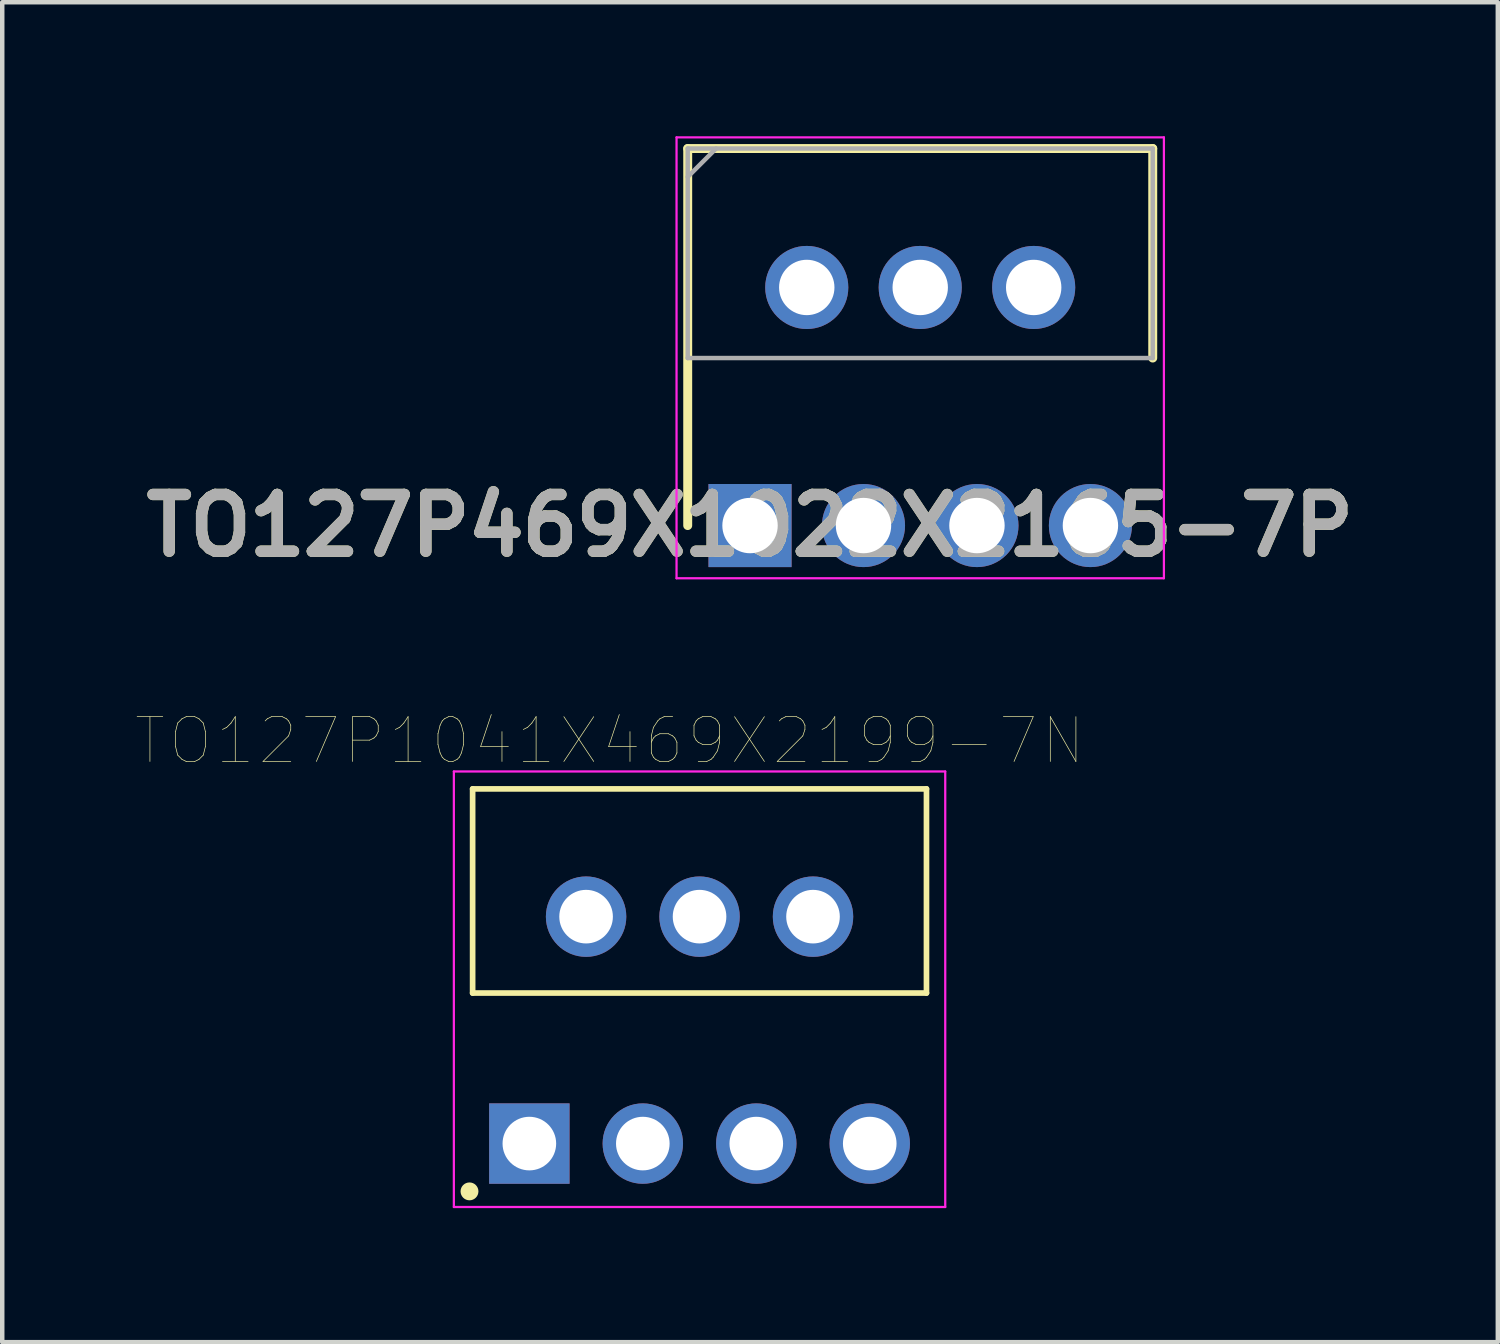
<source format=kicad_pcb>
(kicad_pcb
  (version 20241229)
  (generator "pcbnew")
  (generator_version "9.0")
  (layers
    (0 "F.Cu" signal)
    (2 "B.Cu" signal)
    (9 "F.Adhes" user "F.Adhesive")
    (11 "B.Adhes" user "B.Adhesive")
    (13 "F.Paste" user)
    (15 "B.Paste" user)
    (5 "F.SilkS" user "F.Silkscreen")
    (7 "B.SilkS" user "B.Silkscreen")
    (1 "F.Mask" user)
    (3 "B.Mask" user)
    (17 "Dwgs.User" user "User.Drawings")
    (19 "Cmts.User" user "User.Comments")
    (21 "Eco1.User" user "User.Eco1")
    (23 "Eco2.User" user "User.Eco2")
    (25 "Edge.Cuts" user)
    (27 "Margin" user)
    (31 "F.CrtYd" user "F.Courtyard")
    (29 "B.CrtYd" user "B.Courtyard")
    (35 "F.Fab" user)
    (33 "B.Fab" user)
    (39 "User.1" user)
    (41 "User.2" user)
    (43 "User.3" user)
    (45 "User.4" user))
  (footprint "TO127P1041X469X2199-7N"
    (layer "F.Cu")
    (at 12.61 17.47)
    (property "Reference" "TO127P1041X469X2199-7N" (at -2.011 -3.937 0) (layer "F.SilkS") (effects (font (size 1.003 1.003) (thickness 0.015))))
    (attr through_hole)
    (fp_line (start -5.08 -2.86) (end -5.08 1.71) (stroke (width 0.127) (type solid)) (layer "F.SilkS"))
    (fp_line (start -5.08 1.71) (end 5.08 1.71) (stroke (width 0.127) (type solid)) (layer "F.SilkS"))
    (fp_line (start 5.08 -2.86) (end -5.08 -2.86) (stroke (width 0.127) (type solid)) (layer "F.SilkS"))
    (fp_line (start 5.08 1.71) (end 5.08 -2.86) (stroke (width 0.127) (type solid)) (layer "F.SilkS"))
    (fp_circle (center -5.15 6.15) (end -5.05 6.15) (stroke (width 0.2) (type solid)) (fill no) (layer "F.SilkS"))
    (fp_line (start -5.5 -3.25) (end 5.5 -3.25) (stroke (width 0.05) (type solid)) (layer "F.CrtYd"))
    (fp_line (start -5.5 6.5) (end -5.5 -3.25) (stroke (width 0.05) (type solid)) (layer "F.CrtYd"))
    (fp_line (start 5.5 -3.25) (end 5.5 6.5) (stroke (width 0.05) (type solid)) (layer "F.CrtYd"))
    (fp_line (start 5.5 6.5) (end -5.5 6.5) (stroke (width 0.05) (type solid)) (layer "F.CrtYd"))
    (pad "1" thru_hole rect (at -3.81 5.08) (size 1.8 1.8) (drill 1.2) (layers "*.Cu" "*.Mask"))
    (pad "2" thru_hole circle (at -2.54 0) (size 1.8 1.8) (drill 1.2) (layers "*.Cu" "*.Mask"))
    (pad "3" thru_hole circle (at -1.27 5.08) (size 1.8 1.8) (drill 1.2) (layers "*.Cu" "*.Mask"))
    (pad "4" thru_hole circle (at 0 0) (size 1.8 1.8) (drill 1.2) (layers "*.Cu" "*.Mask"))
    (pad "5" thru_hole circle (at 1.27 5.08) (size 1.8 1.8) (drill 1.2) (layers "*.Cu" "*.Mask"))
    (pad "6" thru_hole circle (at 2.54 0) (size 1.8 1.8) (drill 1.2) (layers "*.Cu" "*.Mask"))
    (pad "7" thru_hole circle (at 3.81 5.08) (size 1.8 1.8) (drill 1.2) (layers "*.Cu" "*.Mask")))
  (footprint "TO127P469X1022X2165-7P"
    (layer "F.Cu")
    (at 13.74 8.715)
    (property "Reference" "TO127P469X1022X2165-7P" (at 0 0 0) (layer "F.SilkS") (effects (font (size 1.27 1.27) (thickness 0.254))))
    (attr through_hole)
    (fp_line (start -1.395 -8.44) (end -1.395 0) (stroke (width 0.2) (type solid)) (layer "F.SilkS"))
    (fp_line (start 9.015 -8.44) (end -1.395 -8.44) (stroke (width 0.2) (type solid)) (layer "F.SilkS"))
    (fp_line (start 9.015 -3.75) (end 9.015 -8.44) (stroke (width 0.2) (type solid)) (layer "F.SilkS"))
    (fp_line (start -1.645 -8.69) (end 9.265 -8.69) (stroke (width 0.05) (type solid)) (layer "F.CrtYd"))
    (fp_line (start -1.645 1.18) (end -1.645 -8.69) (stroke (width 0.05) (type solid)) (layer "F.CrtYd"))
    (fp_line (start 9.265 -8.69) (end 9.265 1.18) (stroke (width 0.05) (type solid)) (layer "F.CrtYd"))
    (fp_line (start 9.265 1.18) (end -1.645 1.18) (stroke (width 0.05) (type solid)) (layer "F.CrtYd"))
    (fp_line (start -1.395 -8.44) (end 9.015 -8.44) (stroke (width 0.1) (type solid)) (layer "F.Fab"))
    (fp_line (start -1.395 -7.805) (end -0.76 -8.44) (stroke (width 0.1) (type solid)) (layer "F.Fab"))
    (fp_line (start -1.395 -3.75) (end -1.395 -8.44) (stroke (width 0.1) (type solid)) (layer "F.Fab"))
    (fp_line (start 9.015 -8.44) (end 9.015 -3.75) (stroke (width 0.1) (type solid)) (layer "F.Fab"))
    (fp_line (start 9.015 -3.75) (end -1.395 -3.75) (stroke (width 0.1) (type solid)) (layer "F.Fab"))
    (fp_text user "${REFERENCE}" (at 0 0 0) (layer "F.Fab") (effects (font (size 1.27 1.27) (thickness 0.254))))
    (pad "1" thru_hole rect (at 0 0) (size 1.86 1.86) (drill 1.24) (layers "*.Cu" "*.Mask"))
    (pad "2" thru_hole circle (at 1.27 -5.33) (size 1.86 1.86) (drill 1.24) (layers "*.Cu" "*.Mask"))
    (pad "3" thru_hole circle (at 2.54 0) (size 1.86 1.86) (drill 1.24) (layers "*.Cu" "*.Mask"))
    (pad "4" thru_hole circle (at 3.81 -5.33) (size 1.86 1.86) (drill 1.24) (layers "*.Cu" "*.Mask"))
    (pad "5" thru_hole circle (at 5.08 0) (size 1.86 1.86) (drill 1.24) (layers "*.Cu" "*.Mask"))
    (pad "6" thru_hole circle (at 6.35 -5.33) (size 1.86 1.86) (drill 1.24) (layers "*.Cu" "*.Mask"))
    (pad "7" thru_hole circle (at 7.62 0) (size 1.86 1.86) (drill 1.24) (layers "*.Cu" "*.Mask")))
  (gr_rect
    (start -3 -3)
    (end 30.48 26.995)
    (stroke (width 0.1) (type default))
    (fill no)
    (layer "Edge.Cuts")))
</source>
